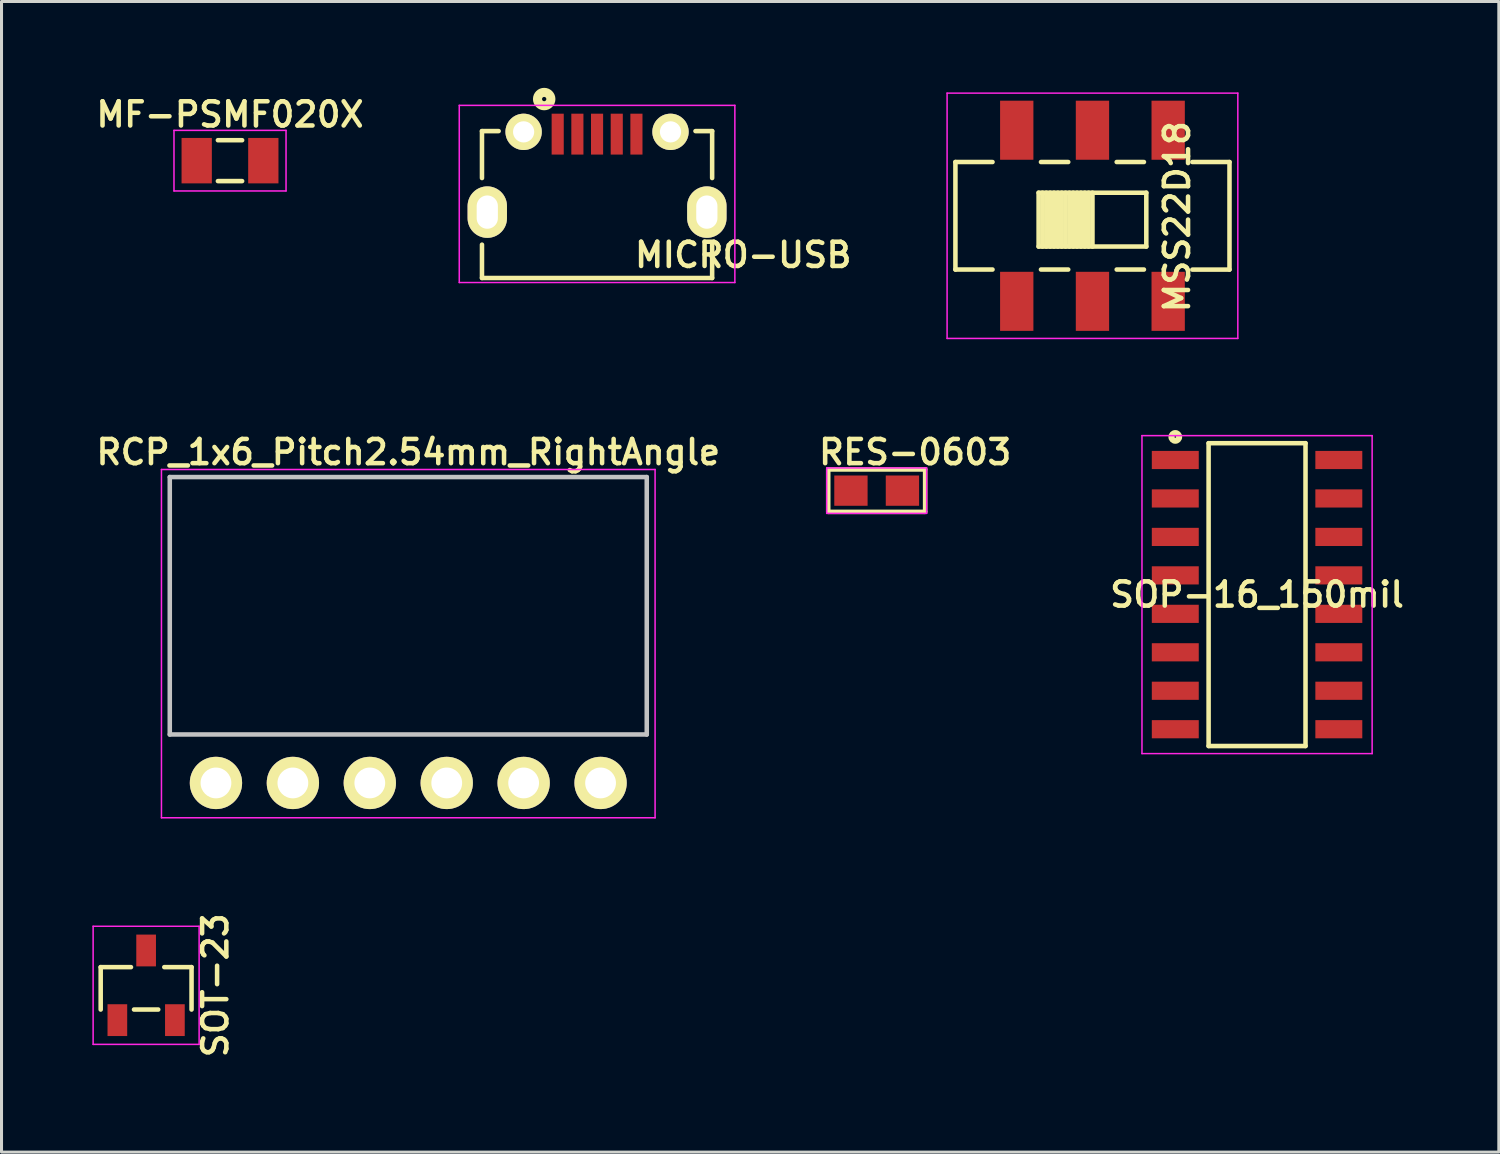
<source format=kicad_pcb>
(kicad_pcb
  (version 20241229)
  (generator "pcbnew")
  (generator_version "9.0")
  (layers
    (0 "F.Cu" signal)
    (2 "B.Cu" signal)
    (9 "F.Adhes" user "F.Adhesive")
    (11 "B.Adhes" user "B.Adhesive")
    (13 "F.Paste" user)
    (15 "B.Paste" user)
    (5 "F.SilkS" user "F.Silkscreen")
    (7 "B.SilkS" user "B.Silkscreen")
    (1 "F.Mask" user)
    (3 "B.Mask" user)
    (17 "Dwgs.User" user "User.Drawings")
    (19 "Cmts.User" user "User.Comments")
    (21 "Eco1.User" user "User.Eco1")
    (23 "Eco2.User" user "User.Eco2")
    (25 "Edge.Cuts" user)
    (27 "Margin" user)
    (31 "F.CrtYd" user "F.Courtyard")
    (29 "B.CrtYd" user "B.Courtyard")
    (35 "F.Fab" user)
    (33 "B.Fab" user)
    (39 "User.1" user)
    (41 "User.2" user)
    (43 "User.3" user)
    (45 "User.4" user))
  (footprint "SOP-16_150mil"
    (layer "F.Cu")
    (at 38.458 16.584)
    (property "Reference" "SOP-16_150mil" (at 0 0 0) (layer "F.SilkS") (effects (font (size 0.8 0.8) (thickness 0.15))))
    (attr through_hole)
    (fp_line (start -1.6 -5) (end -1.6 5) (stroke (width 0.15) (type solid)) (layer "F.SilkS"))
    (fp_line (start -1.6 5) (end 1.6 5) (stroke (width 0.15) (type solid)) (layer "F.SilkS"))
    (fp_line (start 1.6 -5) (end -1.6 -5) (stroke (width 0.15) (type solid)) (layer "F.SilkS"))
    (fp_line (start 1.6 5) (end 1.6 -5) (stroke (width 0.15) (type solid)) (layer "F.SilkS"))
    (fp_circle (center -2.7 -5.207) (end -2.7 -5.08) (stroke (width 0.2) (type solid)) (fill no) (layer "F.SilkS"))
    (fp_line (start -3.8 -5.25) (end -3.8 5.25) (stroke (width 0.05) (type solid)) (layer "F.CrtYd"))
    (fp_line (start -3.8 5.25) (end 3.8 5.25) (stroke (width 0.05) (type solid)) (layer "F.CrtYd"))
    (fp_line (start 3.8 -5.25) (end -3.8 -5.25) (stroke (width 0.05) (type solid)) (layer "F.CrtYd"))
    (fp_line (start 3.8 5.25) (end 3.8 -5.25) (stroke (width 0.05) (type solid)) (layer "F.CrtYd"))
    (pad "1" smd rect (at -2.7 -4.445) (size 1.55 0.6) (layers "F.Cu" "F.Mask" "F.Paste"))
    (pad "2" smd rect (at -2.7 -3.175) (size 1.55 0.6) (layers "F.Cu" "F.Mask" "F.Paste"))
    (pad "3" smd rect (at -2.7 -1.905) (size 1.55 0.6) (layers "F.Cu" "F.Mask" "F.Paste"))
    (pad "4" smd rect (at -2.7 -0.635) (size 1.55 0.6) (layers "F.Cu" "F.Mask" "F.Paste"))
    (pad "5" smd rect (at -2.7 0.635) (size 1.55 0.6) (layers "F.Cu" "F.Mask" "F.Paste"))
    (pad "6" smd rect (at -2.7 1.905) (size 1.55 0.6) (layers "F.Cu" "F.Mask" "F.Paste"))
    (pad "7" smd rect (at -2.7 3.175) (size 1.55 0.6) (layers "F.Cu" "F.Mask" "F.Paste"))
    (pad "8" smd rect (at -2.7 4.445) (size 1.55 0.6) (layers "F.Cu" "F.Mask" "F.Paste"))
    (pad "9" smd rect (at 2.7 4.445) (size 1.55 0.6) (layers "F.Cu" "F.Mask" "F.Paste"))
    (pad "10" smd rect (at 2.7 3.175) (size 1.55 0.6) (layers "F.Cu" "F.Mask" "F.Paste"))
    (pad "11" smd rect (at 2.7 1.905) (size 1.55 0.6) (layers "F.Cu" "F.Mask" "F.Paste"))
    (pad "12" smd rect (at 2.7 0.635) (size 1.55 0.6) (layers "F.Cu" "F.Mask" "F.Paste"))
    (pad "13" smd rect (at 2.7 -0.635) (size 1.55 0.6) (layers "F.Cu" "F.Mask" "F.Paste"))
    (pad "14" smd rect (at 2.7 -1.905) (size 1.55 0.6) (layers "F.Cu" "F.Mask" "F.Paste"))
    (pad "15" smd rect (at 2.7 -3.175) (size 1.55 0.6) (layers "F.Cu" "F.Mask" "F.Paste"))
    (pad "16" smd rect (at 2.7 -4.445) (size 1.55 0.6) (layers "F.Cu" "F.Mask" "F.Paste")))
  (footprint "MF-PSMF020X"
    (layer "F.Cu")
    (at 4.545 2.255)
    (property "Reference" "MF-PSMF020X" (at 0 -1.524 0) (layer "F.SilkS") (effects (font (size 0.8 0.8) (thickness 0.15))))
    (attr through_hole)
    (fp_line (start -0.4 -0.675) (end 0.4 -0.675) (stroke (width 0.15) (type solid)) (layer "F.SilkS"))
    (fp_line (start -0.4 0.675) (end 0.4 0.675) (stroke (width 0.15) (type solid)) (layer "F.SilkS"))
    (fp_line (start -1.85 -1) (end 1.85 -1) (stroke (width 0.05) (type solid)) (layer "F.CrtYd"))
    (fp_line (start -1.85 1) (end -1.85 -1) (stroke (width 0.05) (type solid)) (layer "F.CrtYd"))
    (fp_line (start 1.85 -1) (end 1.85 1) (stroke (width 0.05) (type solid)) (layer "F.CrtYd"))
    (fp_line (start 1.85 1) (end -1.85 1) (stroke (width 0.05) (type solid)) (layer "F.CrtYd"))
    (pad "1" smd rect (at -1.1 0) (size 1 1.5) (layers "F.Cu" "F.Mask" "F.Paste"))
    (pad "2" smd rect (at 1.1 0) (size 1 1.5) (layers "F.Cu" "F.Mask" "F.Paste")))
  (footprint "RCP_1x6_Pitch2.54mm_RightAngle"
    (layer "F.Cu")
    (at 10.431 22.803)
    (property "Reference" "RCP_1x6_Pitch2.54mm_RightAngle" (at 0 -10.922 0) (layer "F.SilkS") (effects (font (size 0.8 0.8) (thickness 0.15))))
    (attr through_hole)
    (fp_line (start -7.875 -10.1) (end -7.875 -1.6) (stroke (width 0.15) (type solid)) (layer "Dwgs.User"))
    (fp_line (start -7.875 -10.1) (end 7.875 -10.1) (stroke (width 0.15) (type solid)) (layer "Dwgs.User"))
    (fp_line (start -7.875 -1.6) (end 7.875 -1.6) (stroke (width 0.15) (type solid)) (layer "Dwgs.User"))
    (fp_line (start 7.875 -10.1) (end 7.875 -1.6) (stroke (width 0.15) (type solid)) (layer "Dwgs.User"))
    (fp_line (start -8.15 -10.35) (end -8.15 1.15) (stroke (width 0.05) (type solid)) (layer "F.CrtYd"))
    (fp_line (start -8.15 1.15) (end 8.15 1.15) (stroke (width 0.05) (type solid)) (layer "F.CrtYd"))
    (fp_line (start 8.15 -10.35) (end -8.15 -10.35) (stroke (width 0.05) (type solid)) (layer "F.CrtYd"))
    (fp_line (start 8.15 1.15) (end 8.15 -10.35) (stroke (width 0.05) (type solid)) (layer "F.CrtYd"))
    (pad "1" thru_hole oval (at -6.35 0) (size 1.727 1.727) (drill 1.016) (layers "*.Cu" "*.Mask" "F.SilkS"))
    (pad "2" thru_hole oval (at -3.81 0) (size 1.727 1.727) (drill 1.016) (layers "*.Cu" "*.Mask" "F.SilkS"))
    (pad "3" thru_hole oval (at -1.27 0) (size 1.727 1.727) (drill 1.016) (layers "*.Cu" "*.Mask" "F.SilkS"))
    (pad "4" thru_hole oval (at 1.27 0) (size 1.727 1.727) (drill 1.016) (layers "*.Cu" "*.Mask" "F.SilkS"))
    (pad "5" thru_hole oval (at 3.81 0) (size 1.727 1.727) (drill 1.016) (layers "*.Cu" "*.Mask" "F.SilkS"))
    (pad "6" thru_hole oval (at 6.35 0) (size 1.727 1.727) (drill 1.016) (layers "*.Cu" "*.Mask" "F.SilkS")))
  (footprint "MICRO-USB"
    (layer "F.Cu")
    (at 16.665 2.829)
    (property "Reference" "MICRO-USB" (at 4.826 2.54 0) (layer "F.SilkS") (effects (font (size 0.8 0.8) (thickness 0.15))))
    (attr through_hole)
    (fp_line (start -3.8 -1.55) (end -3.25 -1.55) (stroke (width 0.15) (type solid)) (layer "F.SilkS"))
    (fp_line (start -3.8 0) (end -3.8 -1.55) (stroke (width 0.15) (type solid)) (layer "F.SilkS"))
    (fp_line (start -3.8 3.3) (end -3.8 2.2) (stroke (width 0.15) (type solid)) (layer "F.SilkS"))
    (fp_line (start -3.8 3.3) (end 3.8 3.3) (stroke (width 0.15) (type solid)) (layer "F.SilkS"))
    (fp_line (start 3.8 -1.55) (end 3.25 -1.55) (stroke (width 0.15) (type solid)) (layer "F.SilkS"))
    (fp_line (start 3.8 0) (end 3.8 -1.55) (stroke (width 0.15) (type solid)) (layer "F.SilkS"))
    (fp_line (start 3.8 2.2) (end 3.8 3.3) (stroke (width 0.15) (type solid)) (layer "F.SilkS"))
    (fp_circle (center -1.746 -2.608) (end -1.796 -2.658) (stroke (width 0.3) (type solid)) (fill no) (layer "F.SilkS"))
    (fp_line (start -4.55 -2.4) (end -4.55 3.45) (stroke (width 0.05) (type solid)) (layer "F.CrtYd"))
    (fp_line (start -4.55 3.45) (end 4.55 3.45) (stroke (width 0.05) (type solid)) (layer "F.CrtYd"))
    (fp_line (start 4.55 -2.4) (end -4.55 -2.4) (stroke (width 0.05) (type solid)) (layer "F.CrtYd"))
    (fp_line (start 4.55 3.45) (end 4.55 -2.4) (stroke (width 0.05) (type solid)) (layer "F.CrtYd"))
    (pad "1" smd rect (at -1.3 -1.45) (size 0.4 1.35) (layers "F.Cu" "F.Mask" "F.Paste"))
    (pad "2" smd rect (at -0.65 -1.45) (size 0.4 1.35) (layers "F.Cu" "F.Mask" "F.Paste"))
    (pad "3" smd rect (at 0 -1.45) (size 0.4 1.35) (layers "F.Cu" "F.Mask" "F.Paste"))
    (pad "4" smd rect (at 0.65 -1.45) (size 0.4 1.35) (layers "F.Cu" "F.Mask" "F.Paste"))
    (pad "5" smd rect (at 1.3 -1.45) (size 0.4 1.35) (layers "F.Cu" "F.Mask" "F.Paste"))
    (pad "6" thru_hole circle (at -2.425 -1.525) (size 1.2 1.2) (drill 0.7) (layers "*.Cu" "*.Mask" "F.SilkS"))
    (pad "7" thru_hole circle (at 2.425 -1.525) (size 1.2 1.2) (drill 0.7) (layers "*.Cu" "*.Mask" "F.SilkS"))
    (pad "8" thru_hole oval (at -3.625 1.125) (size 1.3 1.7) (drill oval 0.7 1.1) (layers "*.Cu" "*.Mask" "F.SilkS"))
    (pad "9" thru_hole oval (at 3.625 1.125) (size 1.3 1.7) (drill oval 0.7 1.1) (layers "*.Cu" "*.Mask" "F.SilkS")))
  (footprint "MSS22D18"
    (layer "F.Cu")
    (at 33.023 4.075)
    (property "Reference" "MSS22D18" (at 2.794 0.031 90) (layer "F.SilkS") (effects (font (size 0.8 0.8) (thickness 0.15))))
    (attr through_hole)
    (fp_line (start -4.525 -1.775) (end -3.3 -1.775) (stroke (width 0.15) (type solid)) (layer "F.SilkS"))
    (fp_line (start -4.525 1.775) (end -4.525 -1.775) (stroke (width 0.15) (type solid)) (layer "F.SilkS"))
    (fp_line (start -3.3 1.775) (end -4.525 1.775) (stroke (width 0.15) (type solid)) (layer "F.SilkS"))
    (fp_line (start -1.778 -0.762) (end -1.778 1.016) (stroke (width 0.15) (type solid)) (layer "F.SilkS"))
    (fp_line (start -1.778 1.016) (end 1.778 1.016) (stroke (width 0.15) (type solid)) (layer "F.SilkS"))
    (fp_line (start -1.651 -0.762) (end -1.651 1.016) (stroke (width 0.15) (type solid)) (layer "F.SilkS"))
    (fp_line (start -1.524 -0.762) (end -1.524 1.016) (stroke (width 0.15) (type solid)) (layer "F.SilkS"))
    (fp_line (start -1.397 -0.762) (end -1.397 1.016) (stroke (width 0.15) (type solid)) (layer "F.SilkS"))
    (fp_line (start -1.27 -0.762) (end -1.27 1.016) (stroke (width 0.15) (type solid)) (layer "F.SilkS"))
    (fp_line (start -1.143 -0.762) (end -1.143 1.016) (stroke (width 0.15) (type solid)) (layer "F.SilkS"))
    (fp_line (start -1.016 -0.762) (end -1.016 1.016) (stroke (width 0.15) (type solid)) (layer "F.SilkS"))
    (fp_line (start -0.889 -0.762) (end -0.889 1.016) (stroke (width 0.15) (type solid)) (layer "F.SilkS"))
    (fp_line (start -0.8 -1.775) (end -1.7 -1.775) (stroke (width 0.15) (type solid)) (layer "F.SilkS"))
    (fp_line (start -0.8 1.775) (end -1.7 1.775) (stroke (width 0.15) (type solid)) (layer "F.SilkS"))
    (fp_line (start -0.762 -0.762) (end -0.762 1.016) (stroke (width 0.15) (type solid)) (layer "F.SilkS"))
    (fp_line (start -0.635 -0.762) (end -0.635 1.016) (stroke (width 0.15) (type solid)) (layer "F.SilkS"))
    (fp_line (start -0.508 -0.762) (end -0.508 1.016) (stroke (width 0.15) (type solid)) (layer "F.SilkS"))
    (fp_line (start -0.381 -0.762) (end -0.381 1.016) (stroke (width 0.15) (type solid)) (layer "F.SilkS"))
    (fp_line (start -0.254 -0.762) (end -0.254 1.016) (stroke (width 0.15) (type solid)) (layer "F.SilkS"))
    (fp_line (start -0.127 -0.762) (end -0.127 1.016) (stroke (width 0.15) (type solid)) (layer "F.SilkS"))
    (fp_line (start 0 -0.762) (end 0 1.016) (stroke (width 0.15) (type solid)) (layer "F.SilkS"))
    (fp_line (start 1.7 -1.775) (end 0.8 -1.775) (stroke (width 0.15) (type solid)) (layer "F.SilkS"))
    (fp_line (start 1.7 1.775) (end 0.8 1.775) (stroke (width 0.15) (type solid)) (layer "F.SilkS"))
    (fp_line (start 1.778 -0.762) (end -1.778 -0.762) (stroke (width 0.15) (type solid)) (layer "F.SilkS"))
    (fp_line (start 1.778 1.016) (end 1.778 -0.762) (stroke (width 0.15) (type solid)) (layer "F.SilkS"))
    (fp_line (start 3.3 -1.775) (end 4.525 -1.775) (stroke (width 0.15) (type solid)) (layer "F.SilkS"))
    (fp_line (start 3.3 1.778) (end 4.525 1.778) (stroke (width 0.15) (type solid)) (layer "F.SilkS"))
    (fp_line (start 4.525 -1.775) (end 4.525 1.775) (stroke (width 0.15) (type solid)) (layer "F.SilkS"))
    (fp_line (start -4.8 -4.05) (end -4.8 4.05) (stroke (width 0.05) (type solid)) (layer "F.CrtYd"))
    (fp_line (start -4.8 4.05) (end 4.8 4.05) (stroke (width 0.05) (type solid)) (layer "F.CrtYd"))
    (fp_line (start 4.8 -4.05) (end -4.8 -4.05) (stroke (width 0.05) (type solid)) (layer "F.CrtYd"))
    (fp_line (start 4.8 4.05) (end 4.8 -4.05) (stroke (width 0.05) (type solid)) (layer "F.CrtYd"))
    (pad "1" smd rect (at -2.5 2.825 90) (size 1.95 1.1) (layers "F.Cu" "F.Mask" "F.Paste"))
    (pad "2" smd rect (at 0 2.825 90) (size 1.95 1.1) (layers "F.Cu" "F.Mask" "F.Paste"))
    (pad "3" smd rect (at 2.5 2.825 90) (size 1.95 1.1) (layers "F.Cu" "F.Mask" "F.Paste"))
    (pad "4" smd rect (at 2.5 -2.825 90) (size 1.95 1.1) (layers "F.Cu" "F.Mask" "F.Paste"))
    (pad "5" smd rect (at 0 -2.825 90) (size 1.95 1.1) (layers "F.Cu" "F.Mask" "F.Paste"))
    (pad "6" smd rect (at -2.5 -2.825 90) (size 1.95 1.1) (layers "F.Cu" "F.Mask" "F.Paste")))
  (footprint "RES-0603"
    (layer "F.Cu")
    (at 25.898 13.151)
    (property "Reference" "RES-0603" (at 1.27 -1.27 0) (layer "F.SilkS") (effects (font (size 0.8 0.8) (thickness 0.15))))
    (attr smd)
    (fp_line (start -1.6 -0.7) (end -1.6 0.7) (stroke (width 0.15) (type solid)) (layer "F.SilkS"))
    (fp_line (start -1.6 -0.7) (end 1.6 -0.7) (stroke (width 0.15) (type solid)) (layer "F.SilkS"))
    (fp_line (start 1.6 -0.7) (end 1.6 0.7) (stroke (width 0.15) (type solid)) (layer "F.SilkS"))
    (fp_line (start 1.6 0.7) (end -1.6 0.7) (stroke (width 0.15) (type solid)) (layer "F.SilkS"))
    (fp_line (start -1.65 -0.75) (end -1.65 0.75) (stroke (width 0.05) (type solid)) (layer "F.CrtYd"))
    (fp_line (start -1.65 0.75) (end 1.65 0.75) (stroke (width 0.05) (type solid)) (layer "F.CrtYd"))
    (fp_line (start 1.65 -0.75) (end -1.65 -0.75) (stroke (width 0.05) (type solid)) (layer "F.CrtYd"))
    (fp_line (start 1.65 0.75) (end 1.65 -0.75) (stroke (width 0.05) (type solid)) (layer "F.CrtYd"))
    (pad "1" smd rect (at -0.85 0) (size 1.1 1) (layers "F.Cu" "F.Mask" "F.Paste"))
    (pad "2" smd rect (at 0.85 0) (size 1.1 1) (layers "F.Cu" "F.Mask" "F.Paste")))
  (footprint "SOT-23"
    (layer "F.Cu")
    (at 1.775 29.485)
    (property "Reference" "SOT-23" (at 2.286 0 90) (layer "F.SilkS") (effects (font (size 0.8 0.8) (thickness 0.15))))
    (attr smd)
    (fp_line (start -1.5 -0.6) (end -0.5 -0.6) (stroke (width 0.15) (type solid)) (layer "F.SilkS"))
    (fp_line (start -1.5 0.8) (end -1.5 -0.6) (stroke (width 0.15) (type solid)) (layer "F.SilkS"))
    (fp_line (start -0.4 0.8) (end 0.4 0.8) (stroke (width 0.15) (type solid)) (layer "F.SilkS"))
    (fp_line (start 0.6 -0.6) (end 1.5 -0.6) (stroke (width 0.15) (type solid)) (layer "F.SilkS"))
    (fp_line (start 1.5 0.8) (end 1.5 -0.6) (stroke (width 0.15) (type solid)) (layer "F.SilkS"))
    (fp_line (start -1.75 -1.95) (end -1.75 1.95) (stroke (width 0.05) (type solid)) (layer "F.CrtYd"))
    (fp_line (start -1.75 1.95) (end 1.75 1.95) (stroke (width 0.05) (type solid)) (layer "F.CrtYd"))
    (fp_line (start 1.75 -1.95) (end -1.75 -1.95) (stroke (width 0.05) (type solid)) (layer "F.CrtYd"))
    (fp_line (start 1.75 1.95) (end 1.75 -1.95) (stroke (width 0.05) (type solid)) (layer "F.CrtYd"))
    (pad "1" smd rect (at -0.95 1.15) (size 0.65 1.05) (layers "F.Cu" "F.Mask" "F.Paste"))
    (pad "2" smd rect (at 0.95 1.15) (size 0.65 1.05) (layers "F.Cu" "F.Mask" "F.Paste"))
    (pad "3" smd rect (at 0 -1.15) (size 0.65 1.05) (layers "F.Cu" "F.Mask" "F.Paste")))
  (gr_rect
    (start -3 -3)
    (end 46.441 34.992)
    (stroke (width 0.1) (type default))
    (fill no)
    (layer "Edge.Cuts")))
</source>
